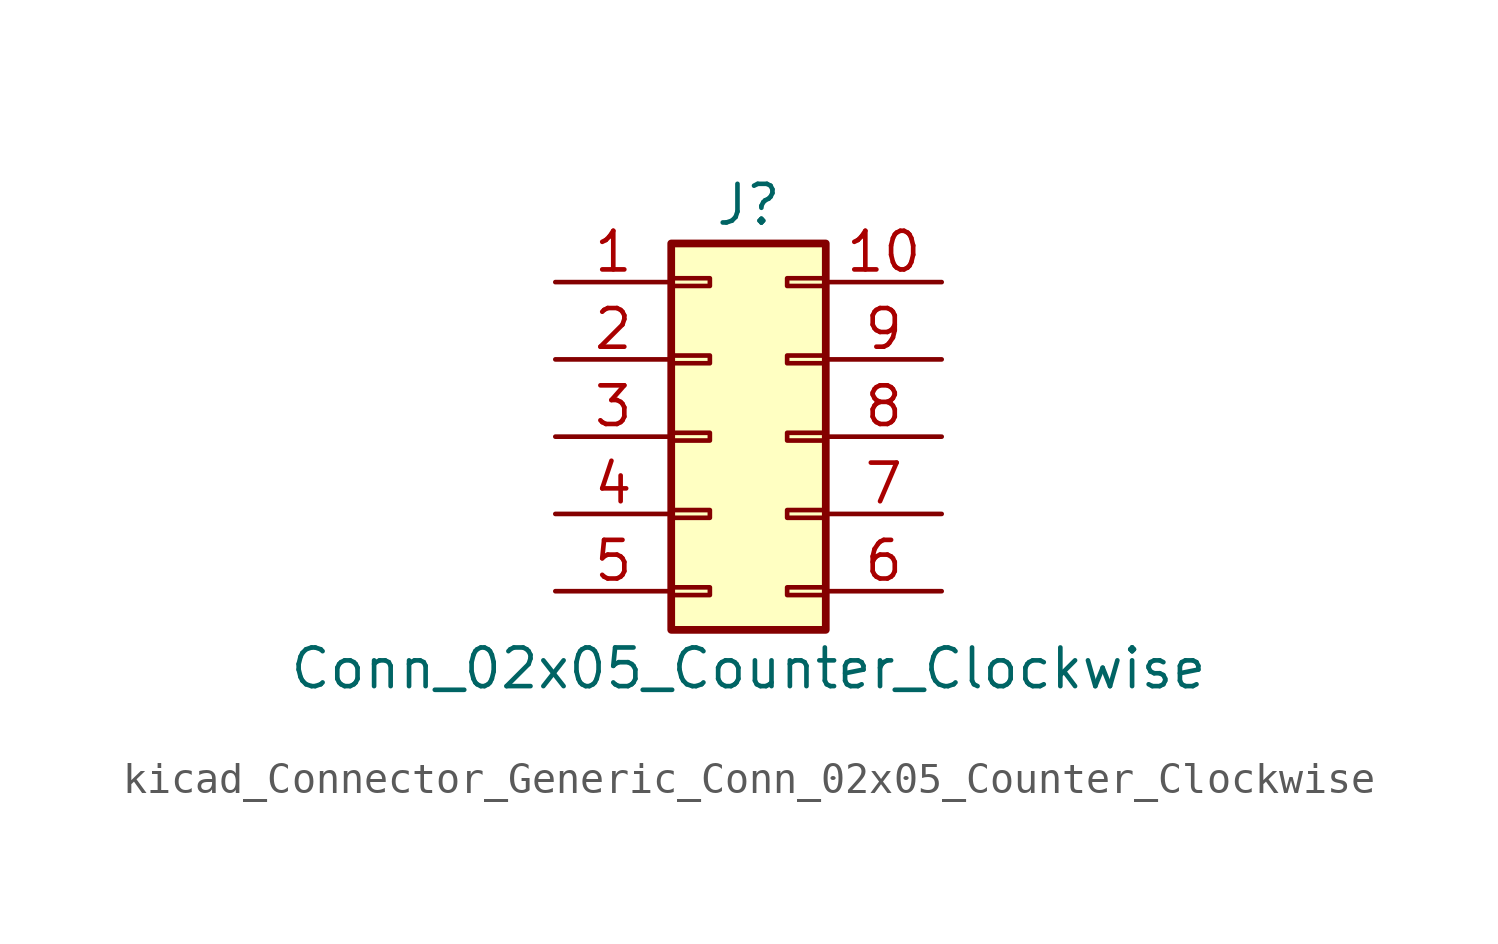
<source format=kicad_sym>
(kicad_symbol_lib
  (version 20220914)
  (generator kicad_symbol_editor)
  (symbol "kicad_Connector_Generic_Conn_02x05_Counter_Clockwise"
    (pin_names
      (offset 1.016) hide)
    (property "Reference" "J"
      (at 1.27 7.62 0)
      (effects (font (size 1.27 1.27))))
    (property "Value" "Conn_02x05_Counter_Clockwise"
      (at 1.27 -7.62 0)
      (effects (font (size 1.27 1.27))))
    (symbol "kicad_Connector_Generic_Conn_02x05_Counter_Clockwise_1_1"
      (rectangle (start -1.27 -4.953) (end 0 -5.207) (stroke (width 0.152) (type default)) (fill (type none)))
      (rectangle (start -1.27 -2.413) (end 0 -2.667) (stroke (width 0.152) (type default)) (fill (type none)))
      (rectangle (start -1.27 0.127) (end 0 -0.127) (stroke (width 0.152) (type default)) (fill (type none)))
      (rectangle (start -1.27 2.667) (end 0 2.413) (stroke (width 0.152) (type default)) (fill (type none)))
      (rectangle (start -1.27 5.207) (end 0 4.953) (stroke (width 0.152) (type default)) (fill (type none)))
      (rectangle (start -1.27 6.35) (end 3.81 -6.35) (stroke (width 0.254) (type default)) (fill (type background)))
      (rectangle (start 3.81 -4.953) (end 2.54 -5.207) (stroke (width 0.152) (type default)) (fill (type none)))
      (rectangle (start 3.81 -2.413) (end 2.54 -2.667) (stroke (width 0.152) (type default)) (fill (type none)))
      (rectangle (start 3.81 0.127) (end 2.54 -0.127) (stroke (width 0.152) (type default)) (fill (type none)))
      (rectangle (start 3.81 2.667) (end 2.54 2.413) (stroke (width 0.152) (type default)) (fill (type none)))
      (rectangle (start 3.81 5.207) (end 2.54 4.953) (stroke (width 0.152) (type default)) (fill (type none)))
      (pin passive line (at -5.08 5.08 0) (length 3.81) (name "Pin_1" (effects (font (size 1.27 1.27)))) (number "1" (effects (font (size 1.27 1.27)))))
      (pin passive line (at 7.62 5.08 180) (length 3.81) (name "Pin_10" (effects (font (size 1.27 1.27)))) (number "10" (effects (font (size 1.27 1.27)))))
      (pin passive line (at -5.08 2.54 0) (length 3.81) (name "Pin_2" (effects (font (size 1.27 1.27)))) (number "2" (effects (font (size 1.27 1.27)))))
      (pin passive line (at -5.08 0 0) (length 3.81) (name "Pin_3" (effects (font (size 1.27 1.27)))) (number "3" (effects (font (size 1.27 1.27)))))
      (pin passive line (at -5.08 -2.54 0) (length 3.81) (name "Pin_4" (effects (font (size 1.27 1.27)))) (number "4" (effects (font (size 1.27 1.27)))))
      (pin passive line (at -5.08 -5.08 0) (length 3.81) (name "Pin_5" (effects (font (size 1.27 1.27)))) (number "5" (effects (font (size 1.27 1.27)))))
      (pin passive line (at 7.62 -5.08 180) (length 3.81) (name "Pin_6" (effects (font (size 1.27 1.27)))) (number "6" (effects (font (size 1.27 1.27)))))
      (pin passive line (at 7.62 -2.54 180) (length 3.81) (name "Pin_7" (effects (font (size 1.27 1.27)))) (number "7" (effects (font (size 1.27 1.27)))))
      (pin passive line (at 7.62 0 180) (length 3.81) (name "Pin_8" (effects (font (size 1.27 1.27)))) (number "8" (effects (font (size 1.27 1.27)))))
      (pin passive line (at 7.62 2.54 180) (length 3.81) (name "Pin_9" (effects (font (size 1.27 1.27)))) (number "9" (effects (font (size 1.27 1.27))))))))
</source>
